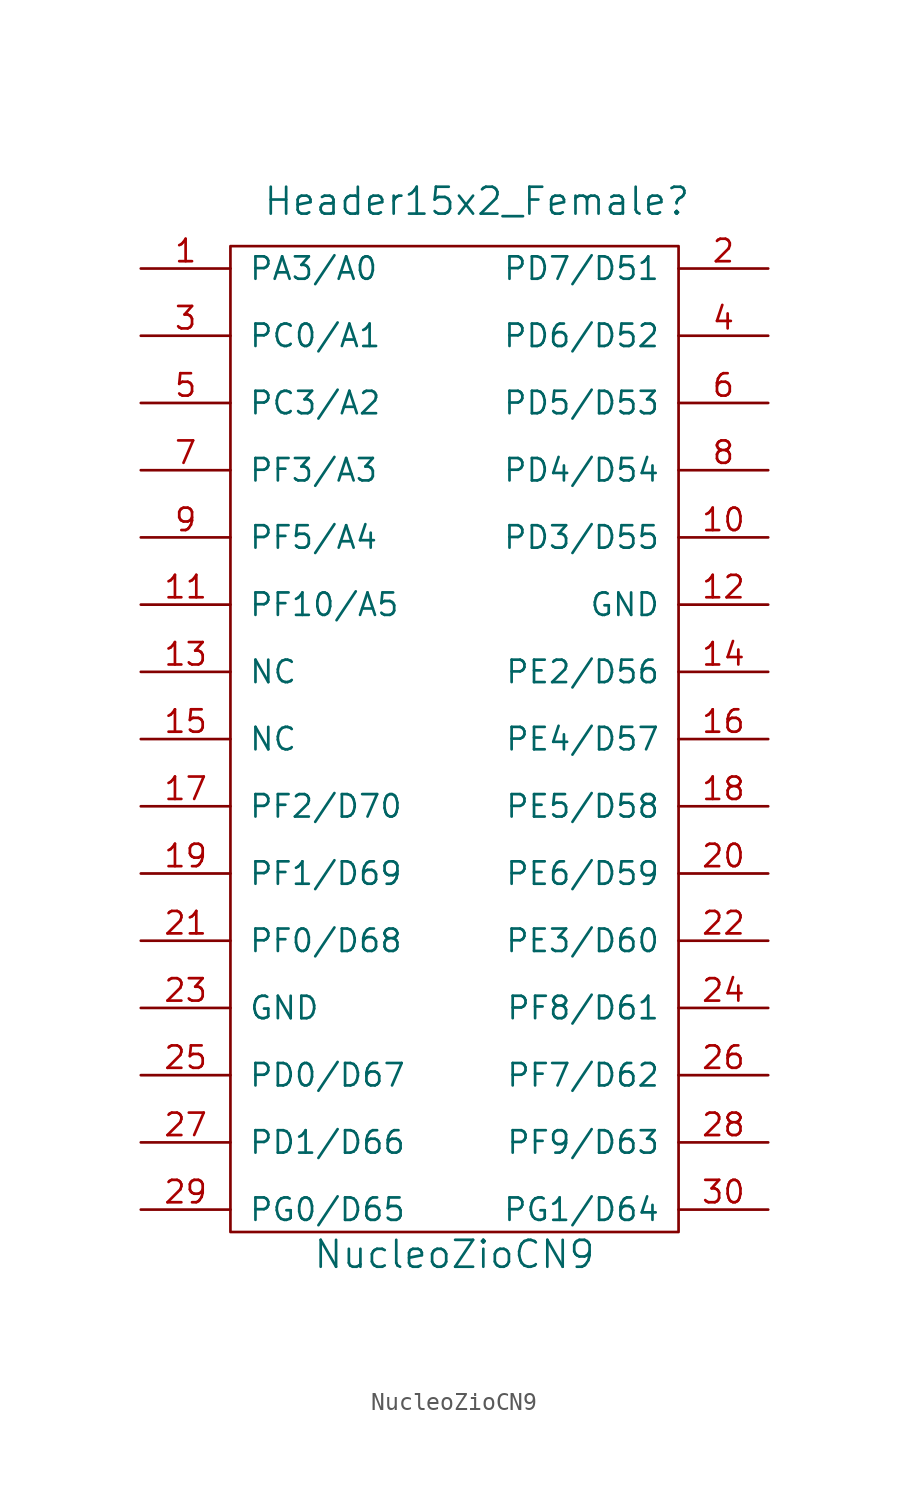
<source format=kicad_sym>
(kicad_symbol_lib
  (version 20220914)
  (generator kicad_symbol_editor)
  (symbol "NucleoZioCN9"
    (pin_names
      (offset 1.016))
    (property "Reference" "Header15x2_Female"
      (at -11.43 55.88 0)
      (effects (font (size 1.524 1.524))))
    (property "Value" "NucleoZioCN9"
      (at -12.7 -3.81 0)
      (effects (font (size 1.524 1.524))))
    (symbol "NucleoZioCN9_0_1"
      (rectangle (start -25.4 53.34) (end 0 -2.54) (stroke (width 0) (type solid)) (fill (type none))))
    (symbol "NucleoZioCN9_1_1"
      (pin input line (at -30.48 52.07 0) (length 5.08) (name "PA3/A0" (effects (font (size 1.27 1.27)))) (number "1" (effects (font (size 1.27 1.27)))))
      (pin input line (at 5.08 36.83 180) (length 5.08) (name "PD3/D55" (effects (font (size 1.27 1.27)))) (number "10" (effects (font (size 1.27 1.27)))))
      (pin input line (at -30.48 33.02 0) (length 5.08) (name "PF10/A5" (effects (font (size 1.27 1.27)))) (number "11" (effects (font (size 1.27 1.27)))))
      (pin input line (at 5.08 33.02 180) (length 5.08) (name "GND" (effects (font (size 1.27 1.27)))) (number "12" (effects (font (size 1.27 1.27)))))
      (pin input line (at -30.48 29.21 0) (length 5.08) (name "NC" (effects (font (size 1.27 1.27)))) (number "13" (effects (font (size 1.27 1.27)))))
      (pin input line (at 5.08 29.21 180) (length 5.08) (name "PE2/D56" (effects (font (size 1.27 1.27)))) (number "14" (effects (font (size 1.27 1.27)))))
      (pin input line (at -30.48 25.4 0) (length 5.08) (name "NC" (effects (font (size 1.27 1.27)))) (number "15" (effects (font (size 1.27 1.27)))))
      (pin input line (at 5.08 25.4 180) (length 5.08) (name "PE4/D57" (effects (font (size 1.27 1.27)))) (number "16" (effects (font (size 1.27 1.27)))))
      (pin input line (at -30.48 21.59 0) (length 5.08) (name "PF2/D70" (effects (font (size 1.27 1.27)))) (number "17" (effects (font (size 1.27 1.27)))))
      (pin input line (at 5.08 21.59 180) (length 5.08) (name "PE5/D58" (effects (font (size 1.27 1.27)))) (number "18" (effects (font (size 1.27 1.27)))))
      (pin input line (at -30.48 17.78 0) (length 5.08) (name "PF1/D69" (effects (font (size 1.27 1.27)))) (number "19" (effects (font (size 1.27 1.27)))))
      (pin input line (at 5.08 52.07 180) (length 5.08) (name "PD7/D51" (effects (font (size 1.27 1.27)))) (number "2" (effects (font (size 1.27 1.27)))))
      (pin input line (at 5.08 17.78 180) (length 5.08) (name "PE6/D59" (effects (font (size 1.27 1.27)))) (number "20" (effects (font (size 1.27 1.27)))))
      (pin input line (at -30.48 13.97 0) (length 5.08) (name "PF0/D68" (effects (font (size 1.27 1.27)))) (number "21" (effects (font (size 1.27 1.27)))))
      (pin input line (at 5.08 13.97 180) (length 5.08) (name "PE3/D60" (effects (font (size 1.27 1.27)))) (number "22" (effects (font (size 1.27 1.27)))))
      (pin input line (at -30.48 10.16 0) (length 5.08) (name "GND" (effects (font (size 1.27 1.27)))) (number "23" (effects (font (size 1.27 1.27)))))
      (pin input line (at 5.08 10.16 180) (length 5.08) (name "PF8/D61" (effects (font (size 1.27 1.27)))) (number "24" (effects (font (size 1.27 1.27)))))
      (pin input line (at -30.48 6.35 0) (length 5.08) (name "PD0/D67" (effects (font (size 1.27 1.27)))) (number "25" (effects (font (size 1.27 1.27)))))
      (pin input line (at 5.08 6.35 180) (length 5.08) (name "PF7/D62" (effects (font (size 1.27 1.27)))) (number "26" (effects (font (size 1.27 1.27)))))
      (pin input line (at -30.48 2.54 0) (length 5.08) (name "PD1/D66" (effects (font (size 1.27 1.27)))) (number "27" (effects (font (size 1.27 1.27)))))
      (pin input line (at 5.08 2.54 180) (length 5.08) (name "PF9/D63" (effects (font (size 1.27 1.27)))) (number "28" (effects (font (size 1.27 1.27)))))
      (pin input line (at -30.48 -1.27 0) (length 5.08) (name "PG0/D65" (effects (font (size 1.27 1.27)))) (number "29" (effects (font (size 1.27 1.27)))))
      (pin input line (at -30.48 48.26 0) (length 5.08) (name "PC0/A1" (effects (font (size 1.27 1.27)))) (number "3" (effects (font (size 1.27 1.27)))))
      (pin input line (at 5.08 -1.27 180) (length 5.08) (name "PG1/D64" (effects (font (size 1.27 1.27)))) (number "30" (effects (font (size 1.27 1.27)))))
      (pin input line (at 5.08 48.26 180) (length 5.08) (name "PD6/D52" (effects (font (size 1.27 1.27)))) (number "4" (effects (font (size 1.27 1.27)))))
      (pin input line (at -30.48 44.45 0) (length 5.08) (name "PC3/A2" (effects (font (size 1.27 1.27)))) (number "5" (effects (font (size 1.27 1.27)))))
      (pin input line (at 5.08 44.45 180) (length 5.08) (name "PD5/D53" (effects (font (size 1.27 1.27)))) (number "6" (effects (font (size 1.27 1.27)))))
      (pin input line (at -30.48 40.64 0) (length 5.08) (name "PF3/A3" (effects (font (size 1.27 1.27)))) (number "7" (effects (font (size 1.27 1.27)))))
      (pin input line (at 5.08 40.64 180) (length 5.08) (name "PD4/D54" (effects (font (size 1.27 1.27)))) (number "8" (effects (font (size 1.27 1.27)))))
      (pin input line (at -30.48 36.83 0) (length 5.08) (name "PF5/A4" (effects (font (size 1.27 1.27)))) (number "9" (effects (font (size 1.27 1.27))))))))
</source>
